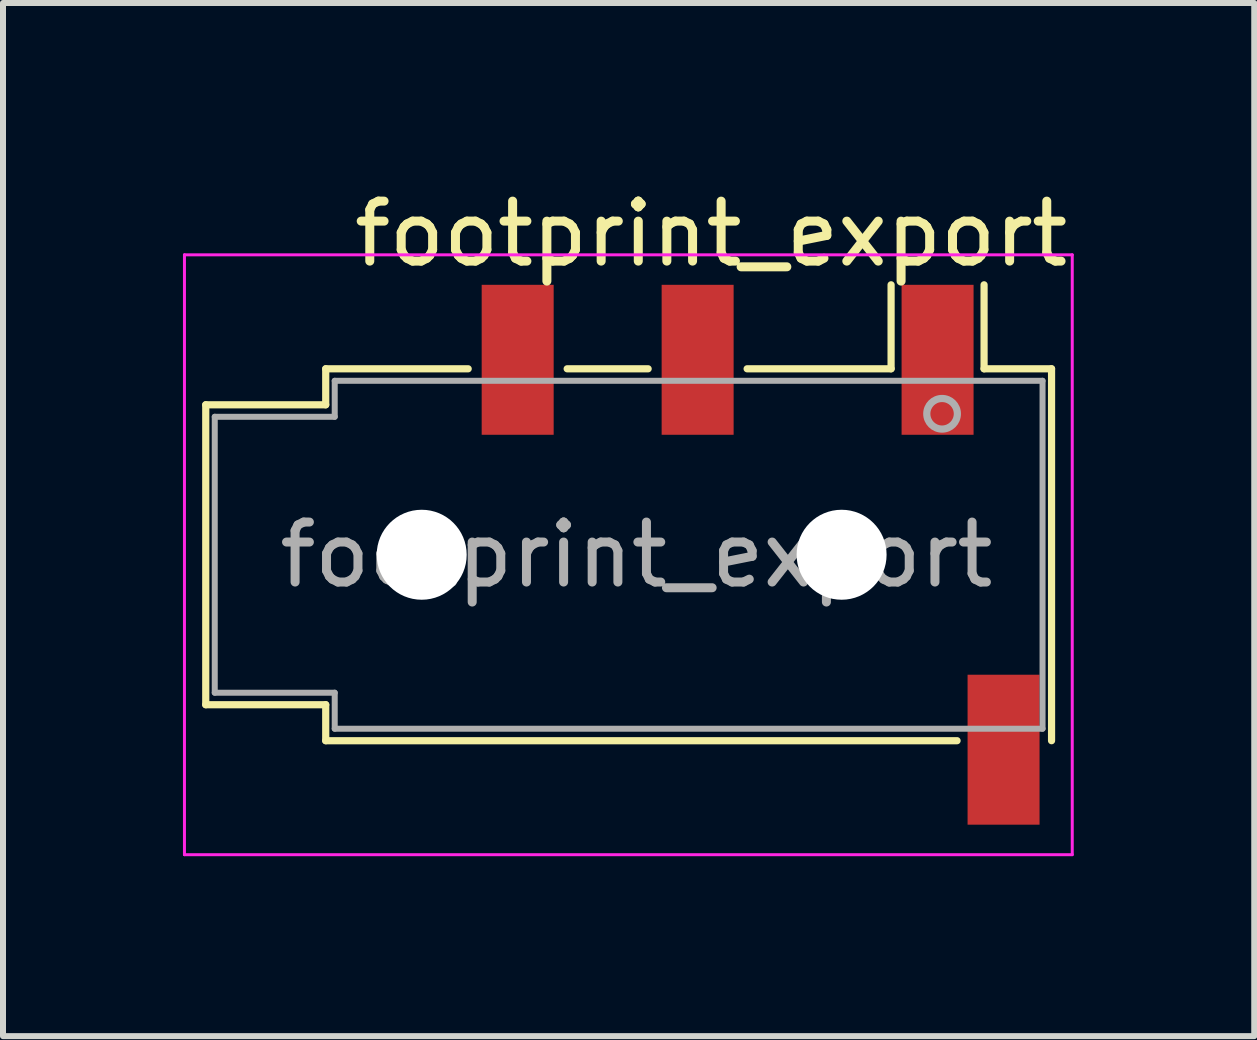
<source format=kicad_pcb>
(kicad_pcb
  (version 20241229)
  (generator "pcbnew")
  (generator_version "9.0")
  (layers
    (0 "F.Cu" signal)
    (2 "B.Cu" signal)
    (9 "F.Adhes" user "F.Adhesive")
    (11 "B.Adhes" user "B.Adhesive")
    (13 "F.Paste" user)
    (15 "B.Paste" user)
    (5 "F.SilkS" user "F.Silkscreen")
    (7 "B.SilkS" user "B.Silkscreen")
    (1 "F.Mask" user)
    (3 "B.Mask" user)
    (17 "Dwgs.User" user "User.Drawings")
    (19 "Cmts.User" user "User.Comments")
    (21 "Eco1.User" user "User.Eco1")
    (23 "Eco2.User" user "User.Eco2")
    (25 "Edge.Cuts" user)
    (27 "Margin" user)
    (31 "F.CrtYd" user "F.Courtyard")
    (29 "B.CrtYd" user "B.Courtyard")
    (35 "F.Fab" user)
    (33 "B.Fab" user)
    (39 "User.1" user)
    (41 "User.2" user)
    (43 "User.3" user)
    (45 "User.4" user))
  (footprint "footprint_export"
    (layer "F.Cu")
    (at 8.755 6.198)
    (property "Reference" "footprint_export" (at 0.05 -5.35 0) (layer "F.SilkS") (effects (font (size 1 1) (thickness 0.15))))
    (attr smd)
    (fp_line (start -8.375 -2.5) (end -8.375 2.5) (stroke (width 0.12) (type solid)) (layer "F.SilkS"))
    (fp_line (start -6.375 -3.1) (end -6.375 -2.5) (stroke (width 0.12) (type solid)) (layer "F.SilkS"))
    (fp_line (start -6.375 -3.1) (end -4 -3.1) (stroke (width 0.12) (type solid)) (layer "F.SilkS"))
    (fp_line (start -6.375 -2.5) (end -8.375 -2.5) (stroke (width 0.12) (type solid)) (layer "F.SilkS"))
    (fp_line (start -6.375 2.5) (end -8.375 2.5) (stroke (width 0.12) (type solid)) (layer "F.SilkS"))
    (fp_line (start -6.375 2.5) (end -6.375 3.1) (stroke (width 0.12) (type solid)) (layer "F.SilkS"))
    (fp_line (start -2.35 -3.1) (end -1 -3.1) (stroke (width 0.12) (type solid)) (layer "F.SilkS"))
    (fp_line (start 0.65 -3.1) (end 3.05 -3.1) (stroke (width 0.12) (type solid)) (layer "F.SilkS"))
    (fp_line (start 3.05 -3.1) (end 3.05 -4.5) (stroke (width 0.12) (type solid)) (layer "F.SilkS"))
    (fp_line (start 4.15 3.1) (end -6.375 3.1) (stroke (width 0.12) (type solid)) (layer "F.SilkS"))
    (fp_line (start 4.6 -3.1) (end 4.6 -4.5) (stroke (width 0.12) (type solid)) (layer "F.SilkS"))
    (fp_line (start 4.6 -3.1) (end 5.725 -3.1) (stroke (width 0.12) (type solid)) (layer "F.SilkS"))
    (fp_line (start 5.725 3.1) (end 5.725 -3.1) (stroke (width 0.12) (type solid)) (layer "F.SilkS"))
    (fp_line (start -8.73 -5) (end 6.07 -5) (stroke (width 0.05) (type solid)) (layer "F.CrtYd"))
    (fp_line (start -8.73 5) (end -8.73 -5) (stroke (width 0.05) (type solid)) (layer "F.CrtYd"))
    (fp_line (start -8.73 5) (end 6.07 5) (stroke (width 0.05) (type solid)) (layer "F.CrtYd"))
    (fp_line (start 6.07 5) (end 6.07 -5) (stroke (width 0.05) (type solid)) (layer "F.CrtYd"))
    (fp_line (start -8.225 -2.3) (end -6.225 -2.3) (stroke (width 0.1) (type solid)) (layer "F.Fab"))
    (fp_line (start -8.225 2.3) (end -8.225 -2.3) (stroke (width 0.1) (type solid)) (layer "F.Fab"))
    (fp_line (start -6.225 -2.9) (end 5.575 -2.9) (stroke (width 0.1) (type solid)) (layer "F.Fab"))
    (fp_line (start -6.225 -2.3) (end -6.225 -2.9) (stroke (width 0.1) (type solid)) (layer "F.Fab"))
    (fp_line (start -6.225 2.3) (end -8.225 2.3) (stroke (width 0.1) (type solid)) (layer "F.Fab"))
    (fp_line (start -6.225 2.9) (end -6.225 2.3) (stroke (width 0.1) (type solid)) (layer "F.Fab"))
    (fp_line (start 5.575 -2.9) (end 5.575 2.9) (stroke (width 0.1) (type solid)) (layer "F.Fab"))
    (fp_line (start 5.575 2.9) (end -6.225 2.9) (stroke (width 0.1) (type solid)) (layer "F.Fab"))
    (fp_circle (center 3.9 -2.35) (end 3.95 -2.1) (stroke (width 0.12) (type solid)) (fill no) (layer "F.Fab"))
    (fp_text user "${REFERENCE}" (at -1.195 0 0) (layer "F.Fab") (effects (font (size 1 1) (thickness 0.15))))
    (pad "" np_thru_hole circle (at -4.775 0) (size 1.5 1.5) (drill 1.5) (layers "*.Cu" "*.Mask"))
    (pad "" np_thru_hole circle (at 2.225 0) (size 1.5 1.5) (drill 1.5) (layers "*.Cu" "*.Mask"))
    (pad "R1" smd rect (at -0.175 -3.25) (size 1.2 2.5) (layers "F.Cu" "F.Mask" "F.Paste"))
    (pad "R2" smd rect (at -3.175 -3.25) (size 1.2 2.5) (layers "F.Cu" "F.Mask" "F.Paste"))
    (pad "S" smd rect (at 4.925 3.25) (size 1.2 2.5) (layers "F.Cu" "F.Mask" "F.Paste"))
    (pad "T" smd rect (at 3.825 -3.25) (size 1.2 2.5) (layers "F.Cu" "F.Mask" "F.Paste")))
  (gr_rect
    (start -3 -3)
    (end 17.859 14.223)
    (stroke (width 0.1) (type default))
    (fill no)
    (layer "Edge.Cuts")))
</source>
